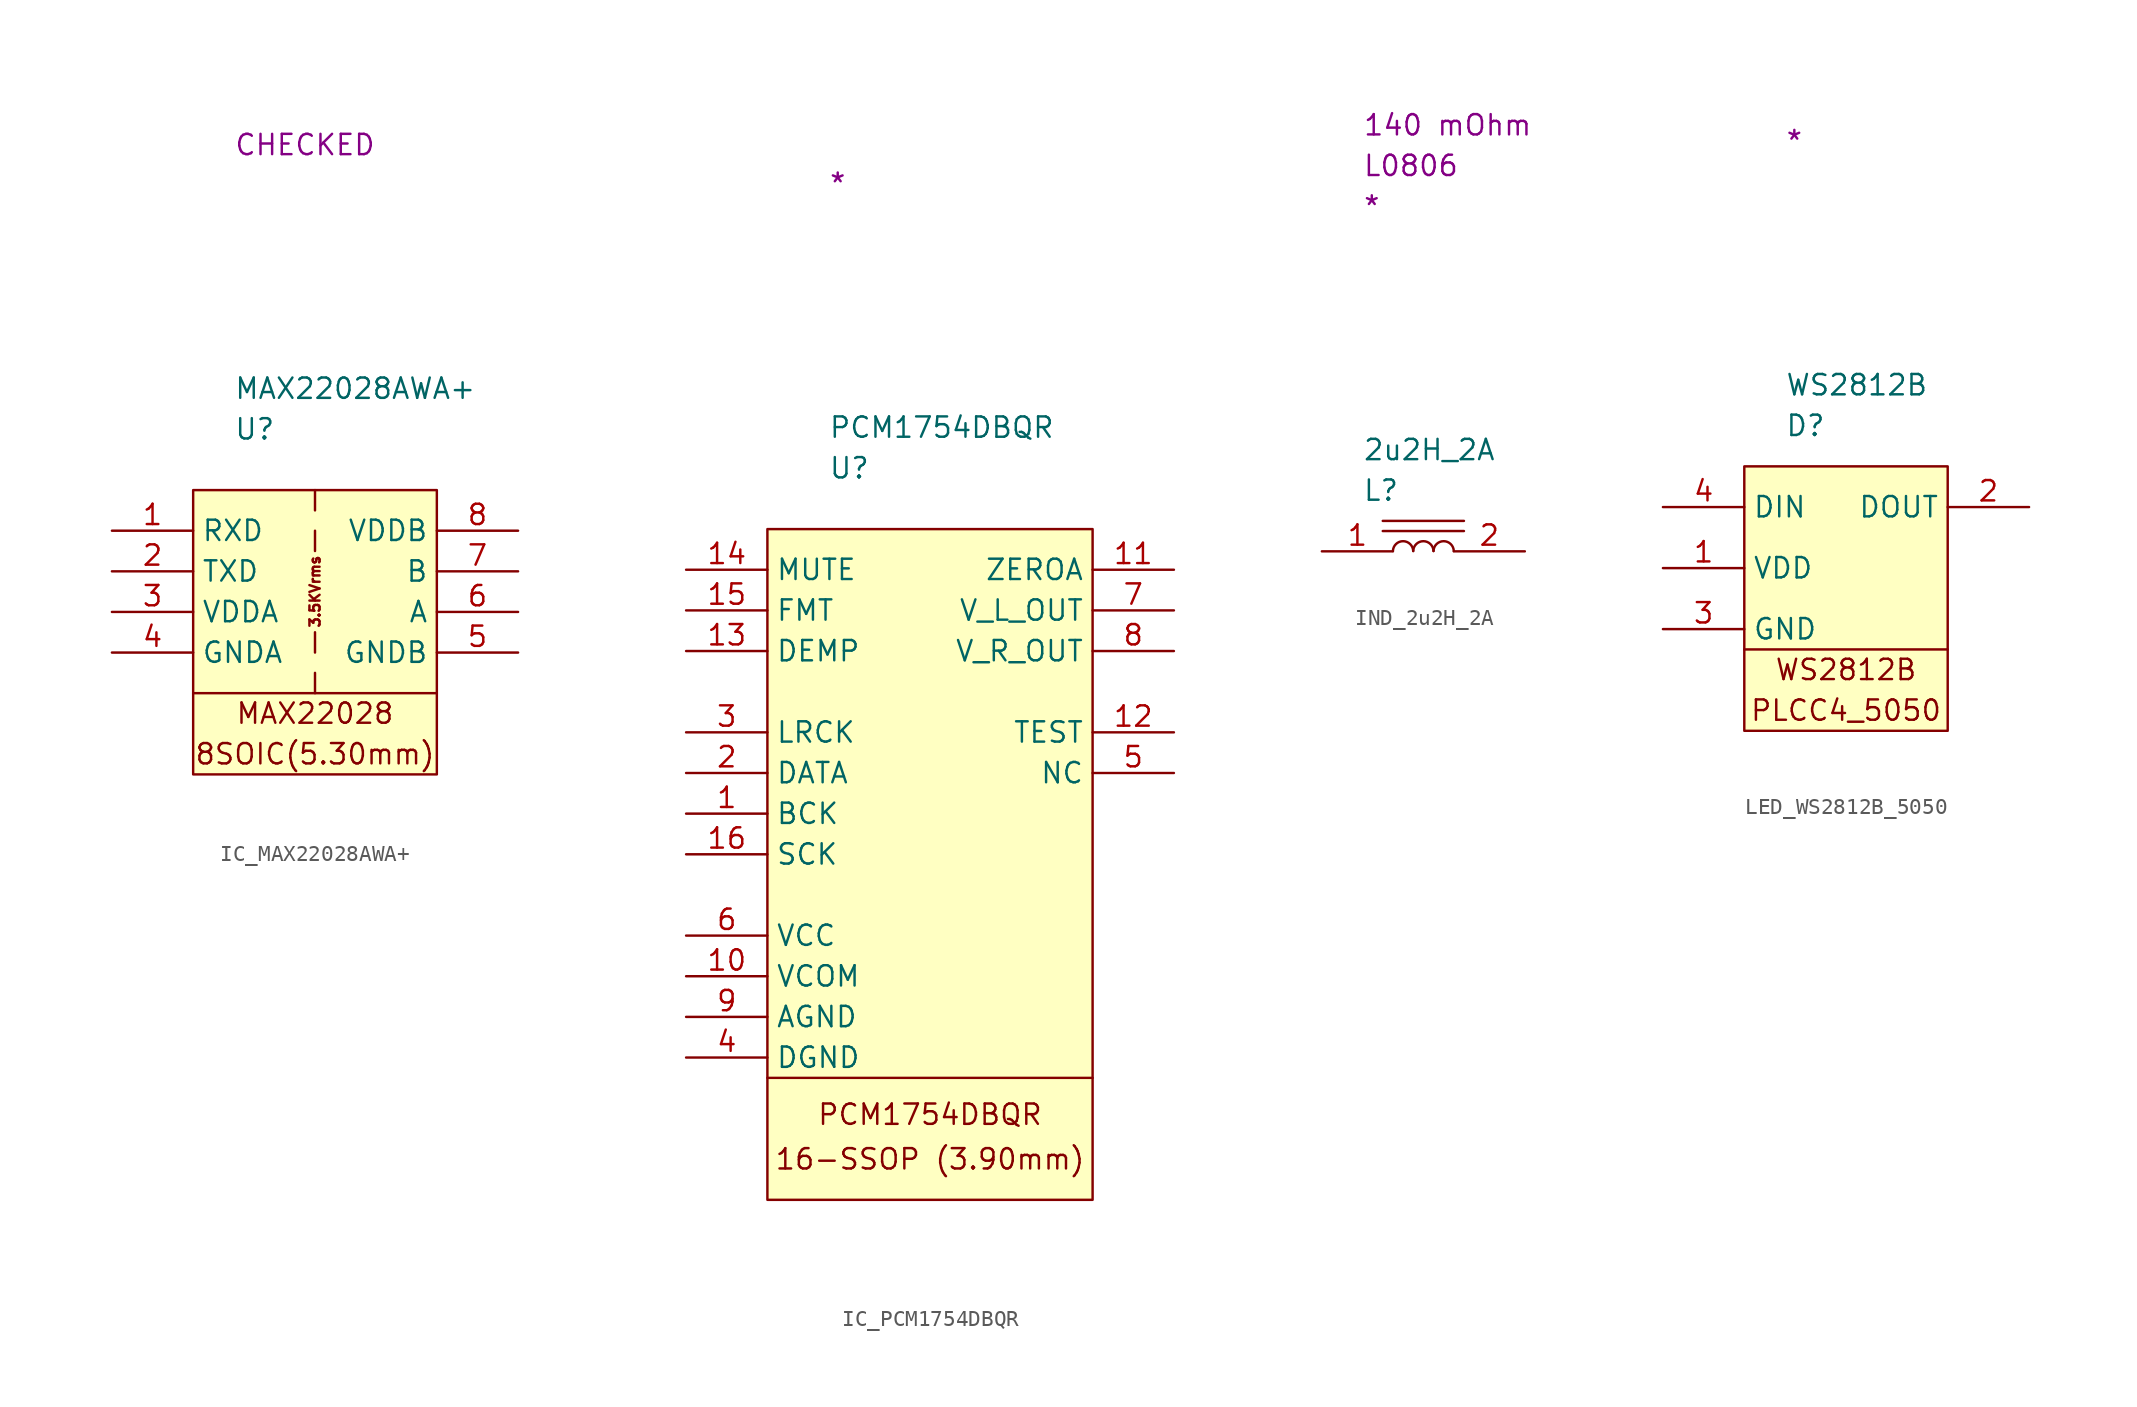
<source format=kicad_sym>
(kicad_symbol_lib
  (version 20220914)
  (generator kicad_symbol_editor)
  (symbol "IC_MAX22028AWA+"
    (property "Reference" "U"
      (at 2.54 3.81 0)
      (effects (font (size 1.27 1.27)) (justify left)))
    (property "Value" "MAX22028AWA+"
      (at 2.54 6.35 0)
      (effects (font (size 1.27 1.27)) (justify left)))
    (property "SCH CHECK" "CHECKED"
      (at 2.54 21.59 0)
      (effects (font (size 1.27 1.27)) (justify left)))
    (symbol "IC_MAX22028AWA+_0_0"
      (polyline (pts (xy 7.62 -11.43) (xy 7.62 -12.7)) (stroke (width 0) (type default)) (fill (type none)))
      (polyline (pts (xy 7.62 -8.89) (xy 7.62 -10.16)) (stroke (width 0) (type default)) (fill (type none)))
      (polyline (pts (xy 7.62 -2.54) (xy 7.62 -3.81)) (stroke (width 0) (type default)) (fill (type none)))
      (polyline (pts (xy 7.62 0) (xy 7.62 -1.27)) (stroke (width 0) (type default)) (fill (type none)))
      (text "3.5KVrms" (at 7.62 -6.35 900) (effects (font (size 0.635 0.635))))
      (text "8SOIC(5.30mm)" (at 7.62 -16.51 0) (effects (font (size 1.27 1.27))))
      (text "MAX22028" (at 7.62 -13.97 0) (effects (font (size 1.27 1.27)))))
    (symbol "IC_MAX22028AWA+_0_1"
      (polyline (pts (xy 0 -12.7) (xy 15.24 -12.7)) (stroke (width 0) (type default)) (fill (type none)))
      (rectangle (start 0 0) (end 15.24 -17.78) (stroke (width 0) (type default)) (fill (type background))))
    (symbol "IC_MAX22028AWA+_1_1"
      (pin passive line (at -5.08 -2.54 0) (length 5.08) (name "RXD" (effects (font (size 1.27 1.27)))) (number "1" (effects (font (size 1.27 1.27)))))
      (pin passive line (at -5.08 -5.08 0) (length 5.08) (name "TXD" (effects (font (size 1.27 1.27)))) (number "2" (effects (font (size 1.27 1.27)))))
      (pin passive line (at -5.08 -7.62 0) (length 5.08) (name "VDDA" (effects (font (size 1.27 1.27)))) (number "3" (effects (font (size 1.27 1.27)))))
      (pin passive line (at -5.08 -10.16 0) (length 5.08) (name "GNDA" (effects (font (size 1.27 1.27)))) (number "4" (effects (font (size 1.27 1.27)))))
      (pin passive line (at 20.32 -10.16 180) (length 5.08) (name "GNDB" (effects (font (size 1.27 1.27)))) (number "5" (effects (font (size 1.27 1.27)))))
      (pin passive line (at 20.32 -7.62 180) (length 5.08) (name "A" (effects (font (size 1.27 1.27)))) (number "6" (effects (font (size 1.27 1.27)))))
      (pin passive line (at 20.32 -5.08 180) (length 5.08) (name "B" (effects (font (size 1.27 1.27)))) (number "7" (effects (font (size 1.27 1.27)))))
      (pin passive line (at 20.32 -2.54 180) (length 5.08) (name "VDDB" (effects (font (size 1.27 1.27)))) (number "8" (effects (font (size 1.27 1.27)))))))
  (symbol "IC_PCM1754DBQR"
    (property "Reference" "U"
      (at 3.81 3.81 0)
      (effects (font (size 1.27 1.27)) (justify left)))
    (property "Value" "PCM1754DBQR"
      (at 3.81 6.35 0)
      (effects (font (size 1.27 1.27)) (justify left)))
    (property "SCH CHECK" "*"
      (at 3.81 21.59 0)
      (effects (font (size 1.27 1.27)) (justify left)))
    (symbol "IC_PCM1754DBQR_0_0"
      (text "	\nPCM1754DBQR" (at 10.16 -35.56 0) (effects (font (size 1.27 1.27))))
      (text "16-SSOP (3.90mm)" (at 10.16 -39.37 0) (effects (font (size 1.27 1.27)))))
    (symbol "IC_PCM1754DBQR_0_1"
      (polyline (pts (xy 0 -34.29) (xy 20.32 -34.29)) (stroke (width 0) (type default)) (fill (type none)))
      (rectangle (start 0 0) (end 20.32 -41.91) (stroke (width 0) (type default)) (fill (type background))))
    (symbol "IC_PCM1754DBQR_1_1"
      (pin passive line (at -5.08 -17.78 0) (length 5.08) (name "BCK" (effects (font (size 1.27 1.27)))) (number "1" (effects (font (size 1.27 1.27)))))
      (pin passive line (at -5.08 -27.94 0) (length 5.08) (name "VCOM" (effects (font (size 1.27 1.27)))) (number "10" (effects (font (size 1.27 1.27)))))
      (pin passive line (at 25.4 -2.54 180) (length 5.08) (name "ZEROA" (effects (font (size 1.27 1.27)))) (number "11" (effects (font (size 1.27 1.27)))))
      (pin passive line (at 25.4 -12.7 180) (length 5.08) (name "TEST" (effects (font (size 1.27 1.27)))) (number "12" (effects (font (size 1.27 1.27)))))
      (pin passive line (at -5.08 -7.62 0) (length 5.08) (name "DEMP" (effects (font (size 1.27 1.27)))) (number "13" (effects (font (size 1.27 1.27)))))
      (pin passive line (at -5.08 -2.54 0) (length 5.08) (name "MUTE" (effects (font (size 1.27 1.27)))) (number "14" (effects (font (size 1.27 1.27)))))
      (pin passive line (at -5.08 -5.08 0) (length 5.08) (name "FMT" (effects (font (size 1.27 1.27)))) (number "15" (effects (font (size 1.27 1.27)))))
      (pin passive line (at -5.08 -20.32 0) (length 5.08) (name "SCK" (effects (font (size 1.27 1.27)))) (number "16" (effects (font (size 1.27 1.27)))))
      (pin passive line (at -5.08 -15.24 0) (length 5.08) (name "DATA" (effects (font (size 1.27 1.27)))) (number "2" (effects (font (size 1.27 1.27)))))
      (pin passive line (at -5.08 -12.7 0) (length 5.08) (name "LRCK" (effects (font (size 1.27 1.27)))) (number "3" (effects (font (size 1.27 1.27)))))
      (pin passive line (at -5.08 -33.02 0) (length 5.08) (name "DGND" (effects (font (size 1.27 1.27)))) (number "4" (effects (font (size 1.27 1.27)))))
      (pin passive line (at 25.4 -15.24 180) (length 5.08) (name "NC" (effects (font (size 1.27 1.27)))) (number "5" (effects (font (size 1.27 1.27)))))
      (pin passive line (at -5.08 -25.4 0) (length 5.08) (name "VCC" (effects (font (size 1.27 1.27)))) (number "6" (effects (font (size 1.27 1.27)))))
      (pin passive line (at 25.4 -5.08 180) (length 5.08) (name "V_L_OUT" (effects (font (size 1.27 1.27)))) (number "7" (effects (font (size 1.27 1.27)))))
      (pin passive line (at 25.4 -7.62 180) (length 5.08) (name "V_R_OUT" (effects (font (size 1.27 1.27)))) (number "8" (effects (font (size 1.27 1.27)))))
      (pin passive line (at -5.08 -30.48 0) (length 5.08) (name "AGND" (effects (font (size 1.27 1.27)))) (number "9" (effects (font (size 1.27 1.27)))))))
  (symbol "IND_2u2H_2A"
    (property "Reference" "L"
      (at 2.54 3.81 0)
      (effects (font (size 1.27 1.27)) (justify left)))
    (property "Value" "2u2H_2A"
      (at 2.54 6.35 0)
      (effects (font (size 1.27 1.27)) (justify left)))
    (property "SCH CHECK" "*"
      (at 2.54 21.59 0)
      (effects (font (size 1.27 1.27)) (justify left)))
    (property "Package" "L0806"
      (at 2.54 24.13 0)
      (effects (font (size 1.27 1.27)) (justify left)))
    (property "DCR" "140 mOhm"
      (at 2.54 26.67 0)
      (effects (font (size 1.27 1.27)) (justify left)))
    (symbol "IND_2u2H_2A_0_1"
      (polyline (pts (xy 3.81 1.27) (xy 8.89 1.27)) (stroke (width 0) (type default)) (fill (type none)))
      (polyline (pts (xy 3.81 1.905) (xy 8.89 1.905)) (stroke (width 0) (type default)) (fill (type none)))
      (arc (start 5.715 0.0195) (mid 5.08 0.6353) (end 4.445 0.0195) (stroke (width 0) (type default)) (fill (type none)))
      (arc (start 6.985 0.0195) (mid 6.35 0.6353) (end 5.715 0.0195) (stroke (width 0) (type default)) (fill (type none)))
      (arc (start 8.255 0.0195) (mid 7.62 0.6353) (end 6.985 0.0195) (stroke (width 0) (type default)) (fill (type none))))
    (symbol "IND_2u2H_2A_1_1"
      (pin passive line (at 0 0 0) (length 4.445) (name "" (effects (font (size 1.27 1.27)))) (number "1" (effects (font (size 1.27 1.27)))))
      (pin passive line (at 12.7 0 180) (length 4.445) (name "" (effects (font (size 1.27 1.27)))) (number "2" (effects (font (size 1.27 1.27)))))))
  (symbol "LED_WS2812B_5050"
    (property "Reference" "D"
      (at 2.54 2.54 0)
      (effects (font (size 1.27 1.27)) (justify left)))
    (property "Value" "WS2812B"
      (at 2.54 5.08 0)
      (effects (font (size 1.27 1.27)) (justify left)))
    (property "SCH CHECK" "*"
      (at 2.54 20.32 0)
      (effects (font (size 1.27 1.27)) (justify left)))
    (symbol "LED_WS2812B_5050_0_0"
      (text "WS2812B" (at 6.35 -12.7 0) (effects (font (size 1.27 1.27)))))
    (symbol "LED_WS2812B_5050_0_1"
      (polyline (pts (xy 0 -11.43) (xy 12.7 -11.43)) (stroke (width 0) (type default)) (fill (type none)))
      (rectangle (start 0 0) (end 12.7 -16.51) (stroke (width 0) (type default)) (fill (type background)))
      (text "PLCC4_5050" (at 6.35 -15.24 0) (effects (font (size 1.27 1.27)))))
    (symbol "LED_WS2812B_5050_1_1"
      (pin passive line (at -5.08 -6.35 0) (length 5.08) (name "VDD" (effects (font (size 1.27 1.27)))) (number "1" (effects (font (size 1.27 1.27)))))
      (pin passive line (at 17.78 -2.54 180) (length 5.08) (name "DOUT" (effects (font (size 1.27 1.27)))) (number "2" (effects (font (size 1.27 1.27)))))
      (pin passive line (at -5.08 -10.16 0) (length 5.08) (name "GND" (effects (font (size 1.27 1.27)))) (number "3" (effects (font (size 1.27 1.27)))))
      (pin passive line (at -5.08 -2.54 0) (length 5.08) (name "DIN" (effects (font (size 1.27 1.27)))) (number "4" (effects (font (size 1.27 1.27))))))))
</source>
